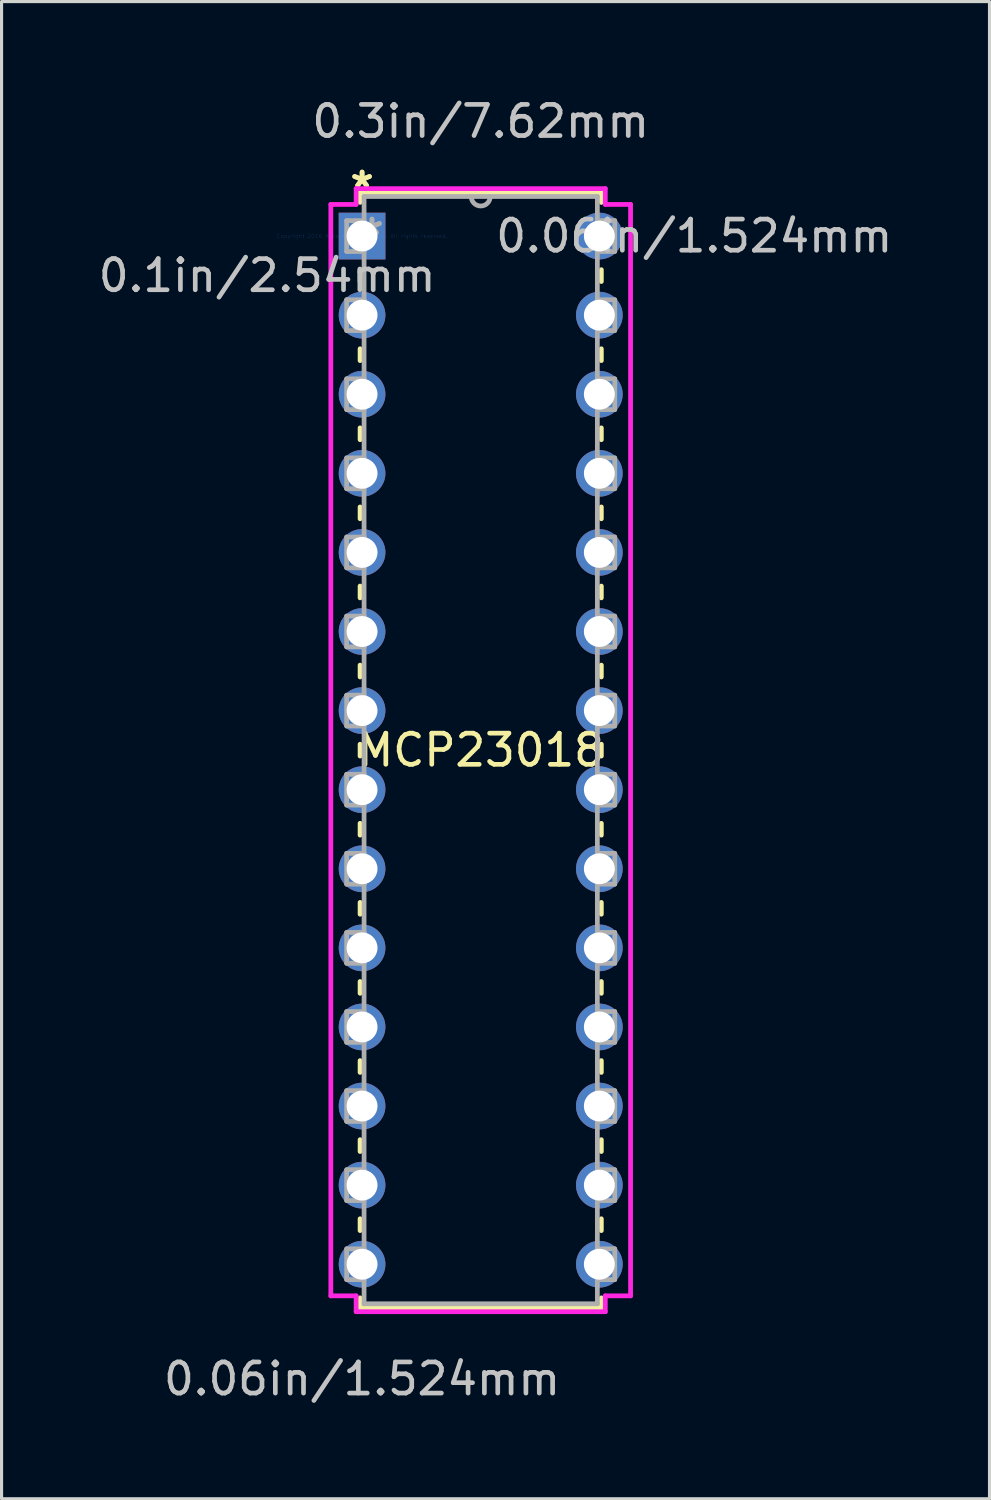
<source format=kicad_pcb>
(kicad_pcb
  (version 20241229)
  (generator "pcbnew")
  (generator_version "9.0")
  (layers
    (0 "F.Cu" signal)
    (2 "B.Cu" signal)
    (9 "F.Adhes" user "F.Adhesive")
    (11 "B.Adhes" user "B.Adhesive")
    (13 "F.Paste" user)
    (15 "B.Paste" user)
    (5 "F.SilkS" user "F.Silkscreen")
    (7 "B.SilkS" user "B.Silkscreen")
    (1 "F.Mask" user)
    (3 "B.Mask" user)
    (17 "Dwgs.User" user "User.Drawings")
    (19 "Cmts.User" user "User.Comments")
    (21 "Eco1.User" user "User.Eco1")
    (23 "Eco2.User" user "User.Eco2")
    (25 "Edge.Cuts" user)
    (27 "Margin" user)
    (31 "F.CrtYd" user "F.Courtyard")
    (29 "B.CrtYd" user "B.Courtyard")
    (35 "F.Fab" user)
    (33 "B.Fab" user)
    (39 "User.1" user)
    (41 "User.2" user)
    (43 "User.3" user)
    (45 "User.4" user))
  (footprint "MCP23018"
    (layer "F.Cu")
    (at 8.578 4.531)
    (property "Reference" "MCP23018" (at 3.81 16.51 0) (layer "F.SilkS") (effects (font (size 1 1) (thickness 0.15))))
    (attr through_hole)
    (fp_line (start -0.064 -1.397) (end -0.064 -1.082) (stroke (width 0.152) (type solid)) (layer "F.SilkS"))
    (fp_line (start -0.064 1.082) (end -0.064 1.46) (stroke (width 0.152) (type solid)) (layer "F.SilkS"))
    (fp_line (start -0.064 3.62) (end -0.064 4) (stroke (width 0.152) (type solid)) (layer "F.SilkS"))
    (fp_line (start -0.064 6.16) (end -0.064 6.54) (stroke (width 0.152) (type solid)) (layer "F.SilkS"))
    (fp_line (start -0.064 8.7) (end -0.064 9.08) (stroke (width 0.152) (type solid)) (layer "F.SilkS"))
    (fp_line (start -0.064 11.24) (end -0.064 11.62) (stroke (width 0.152) (type solid)) (layer "F.SilkS"))
    (fp_line (start -0.064 13.78) (end -0.064 14.16) (stroke (width 0.152) (type solid)) (layer "F.SilkS"))
    (fp_line (start -0.064 16.32) (end -0.064 16.7) (stroke (width 0.152) (type solid)) (layer "F.SilkS"))
    (fp_line (start -0.064 18.86) (end -0.064 19.24) (stroke (width 0.152) (type solid)) (layer "F.SilkS"))
    (fp_line (start -0.064 21.4) (end -0.064 21.78) (stroke (width 0.152) (type solid)) (layer "F.SilkS"))
    (fp_line (start -0.064 23.94) (end -0.064 24.32) (stroke (width 0.152) (type solid)) (layer "F.SilkS"))
    (fp_line (start -0.064 26.48) (end -0.064 26.86) (stroke (width 0.152) (type solid)) (layer "F.SilkS"))
    (fp_line (start -0.064 29.02) (end -0.064 29.4) (stroke (width 0.152) (type solid)) (layer "F.SilkS"))
    (fp_line (start -0.064 31.56) (end -0.064 31.94) (stroke (width 0.152) (type solid)) (layer "F.SilkS"))
    (fp_line (start -0.064 34.1) (end -0.064 34.417) (stroke (width 0.152) (type solid)) (layer "F.SilkS"))
    (fp_line (start -0.064 34.417) (end 7.684 34.417) (stroke (width 0.152) (type solid)) (layer "F.SilkS"))
    (fp_line (start 7.684 -1.397) (end -0.064 -1.397) (stroke (width 0.152) (type solid)) (layer "F.SilkS"))
    (fp_line (start 7.684 -1.08) (end 7.684 -1.397) (stroke (width 0.152) (type solid)) (layer "F.SilkS"))
    (fp_line (start 7.684 1.46) (end 7.684 1.08) (stroke (width 0.152) (type solid)) (layer "F.SilkS"))
    (fp_line (start 7.684 4) (end 7.684 3.62) (stroke (width 0.152) (type solid)) (layer "F.SilkS"))
    (fp_line (start 7.684 6.54) (end 7.684 6.16) (stroke (width 0.152) (type solid)) (layer "F.SilkS"))
    (fp_line (start 7.684 9.08) (end 7.684 8.7) (stroke (width 0.152) (type solid)) (layer "F.SilkS"))
    (fp_line (start 7.684 11.62) (end 7.684 11.24) (stroke (width 0.152) (type solid)) (layer "F.SilkS"))
    (fp_line (start 7.684 14.16) (end 7.684 13.78) (stroke (width 0.152) (type solid)) (layer "F.SilkS"))
    (fp_line (start 7.684 16.7) (end 7.684 16.32) (stroke (width 0.152) (type solid)) (layer "F.SilkS"))
    (fp_line (start 7.684 19.24) (end 7.684 18.86) (stroke (width 0.152) (type solid)) (layer "F.SilkS"))
    (fp_line (start 7.684 21.78) (end 7.684 21.4) (stroke (width 0.152) (type solid)) (layer "F.SilkS"))
    (fp_line (start 7.684 24.32) (end 7.684 23.94) (stroke (width 0.152) (type solid)) (layer "F.SilkS"))
    (fp_line (start 7.684 26.86) (end 7.684 26.48) (stroke (width 0.152) (type solid)) (layer "F.SilkS"))
    (fp_line (start 7.684 29.4) (end 7.684 29.02) (stroke (width 0.152) (type solid)) (layer "F.SilkS"))
    (fp_line (start 7.684 31.94) (end 7.684 31.56) (stroke (width 0.152) (type solid)) (layer "F.SilkS"))
    (fp_line (start 7.684 34.417) (end 7.684 34.1) (stroke (width 0.152) (type solid)) (layer "F.SilkS"))
    (fp_line (start -1.003 -1.016) (end -1.003 34.036) (stroke (width 0.152) (type solid)) (layer "F.CrtYd"))
    (fp_line (start -1.003 34.036) (end -0.191 34.036) (stroke (width 0.152) (type solid)) (layer "F.CrtYd"))
    (fp_line (start -0.191 -1.524) (end -0.191 -1.016) (stroke (width 0.152) (type solid)) (layer "F.CrtYd"))
    (fp_line (start -0.191 -1.016) (end -1.003 -1.016) (stroke (width 0.152) (type solid)) (layer "F.CrtYd"))
    (fp_line (start -0.191 34.036) (end -0.191 34.544) (stroke (width 0.152) (type solid)) (layer "F.CrtYd"))
    (fp_line (start -0.191 34.544) (end 7.811 34.544) (stroke (width 0.152) (type solid)) (layer "F.CrtYd"))
    (fp_line (start 7.811 -1.524) (end -0.191 -1.524) (stroke (width 0.152) (type solid)) (layer "F.CrtYd"))
    (fp_line (start 7.811 -1.016) (end 7.811 -1.524) (stroke (width 0.152) (type solid)) (layer "F.CrtYd"))
    (fp_line (start 7.811 34.036) (end 8.623 34.036) (stroke (width 0.152) (type solid)) (layer "F.CrtYd"))
    (fp_line (start 7.811 34.544) (end 7.811 34.036) (stroke (width 0.152) (type solid)) (layer "F.CrtYd"))
    (fp_line (start 8.623 -1.016) (end 7.811 -1.016) (stroke (width 0.152) (type solid)) (layer "F.CrtYd"))
    (fp_line (start 8.623 34.036) (end 8.623 -1.016) (stroke (width 0.152) (type solid)) (layer "F.CrtYd"))
    (fp_line (start -0.495 -0.495) (end -0.495 0.495) (stroke (width 0.152) (type solid)) (layer "F.Fab"))
    (fp_line (start -0.495 0.495) (end 0.064 0.495) (stroke (width 0.152) (type solid)) (layer "F.Fab"))
    (fp_line (start -0.495 2.045) (end -0.495 3.035) (stroke (width 0.152) (type solid)) (layer "F.Fab"))
    (fp_line (start -0.495 3.035) (end 0.064 3.035) (stroke (width 0.152) (type solid)) (layer "F.Fab"))
    (fp_line (start -0.495 4.585) (end -0.495 5.575) (stroke (width 0.152) (type solid)) (layer "F.Fab"))
    (fp_line (start -0.495 5.575) (end 0.064 5.575) (stroke (width 0.152) (type solid)) (layer "F.Fab"))
    (fp_line (start -0.495 7.125) (end -0.495 8.115) (stroke (width 0.152) (type solid)) (layer "F.Fab"))
    (fp_line (start -0.495 8.115) (end 0.064 8.115) (stroke (width 0.152) (type solid)) (layer "F.Fab"))
    (fp_line (start -0.495 9.665) (end -0.495 10.655) (stroke (width 0.152) (type solid)) (layer "F.Fab"))
    (fp_line (start -0.495 10.655) (end 0.064 10.655) (stroke (width 0.152) (type solid)) (layer "F.Fab"))
    (fp_line (start -0.495 12.205) (end -0.495 13.195) (stroke (width 0.152) (type solid)) (layer "F.Fab"))
    (fp_line (start -0.495 13.195) (end 0.064 13.195) (stroke (width 0.152) (type solid)) (layer "F.Fab"))
    (fp_line (start -0.495 14.745) (end -0.495 15.735) (stroke (width 0.152) (type solid)) (layer "F.Fab"))
    (fp_line (start -0.495 15.735) (end 0.064 15.735) (stroke (width 0.152) (type solid)) (layer "F.Fab"))
    (fp_line (start -0.495 17.285) (end -0.495 18.275) (stroke (width 0.152) (type solid)) (layer "F.Fab"))
    (fp_line (start -0.495 18.275) (end 0.064 18.275) (stroke (width 0.152) (type solid)) (layer "F.Fab"))
    (fp_line (start -0.495 19.825) (end -0.495 20.815) (stroke (width 0.152) (type solid)) (layer "F.Fab"))
    (fp_line (start -0.495 20.815) (end 0.064 20.815) (stroke (width 0.152) (type solid)) (layer "F.Fab"))
    (fp_line (start -0.495 22.365) (end -0.495 23.355) (stroke (width 0.152) (type solid)) (layer "F.Fab"))
    (fp_line (start -0.495 23.355) (end 0.064 23.355) (stroke (width 0.152) (type solid)) (layer "F.Fab"))
    (fp_line (start -0.495 24.905) (end -0.495 25.895) (stroke (width 0.152) (type solid)) (layer "F.Fab"))
    (fp_line (start -0.495 25.895) (end 0.064 25.895) (stroke (width 0.152) (type solid)) (layer "F.Fab"))
    (fp_line (start -0.495 27.445) (end -0.495 28.435) (stroke (width 0.152) (type solid)) (layer "F.Fab"))
    (fp_line (start -0.495 28.435) (end 0.064 28.435) (stroke (width 0.152) (type solid)) (layer "F.Fab"))
    (fp_line (start -0.495 29.985) (end -0.495 30.975) (stroke (width 0.152) (type solid)) (layer "F.Fab"))
    (fp_line (start -0.495 30.975) (end 0.064 30.975) (stroke (width 0.152) (type solid)) (layer "F.Fab"))
    (fp_line (start -0.495 32.525) (end -0.495 33.515) (stroke (width 0.152) (type solid)) (layer "F.Fab"))
    (fp_line (start -0.495 33.515) (end 0.064 33.515) (stroke (width 0.152) (type solid)) (layer "F.Fab"))
    (fp_line (start 0.064 -1.27) (end 0.064 34.29) (stroke (width 0.152) (type solid)) (layer "F.Fab"))
    (fp_line (start 0.064 -0.495) (end -0.495 -0.495) (stroke (width 0.152) (type solid)) (layer "F.Fab"))
    (fp_line (start 0.064 0.495) (end 0.064 -0.495) (stroke (width 0.152) (type solid)) (layer "F.Fab"))
    (fp_line (start 0.064 2.045) (end -0.495 2.045) (stroke (width 0.152) (type solid)) (layer "F.Fab"))
    (fp_line (start 0.064 3.035) (end 0.064 2.045) (stroke (width 0.152) (type solid)) (layer "F.Fab"))
    (fp_line (start 0.064 4.585) (end -0.495 4.585) (stroke (width 0.152) (type solid)) (layer "F.Fab"))
    (fp_line (start 0.064 5.575) (end 0.064 4.585) (stroke (width 0.152) (type solid)) (layer "F.Fab"))
    (fp_line (start 0.064 7.125) (end -0.495 7.125) (stroke (width 0.152) (type solid)) (layer "F.Fab"))
    (fp_line (start 0.064 8.115) (end 0.064 7.125) (stroke (width 0.152) (type solid)) (layer "F.Fab"))
    (fp_line (start 0.064 9.665) (end -0.495 9.665) (stroke (width 0.152) (type solid)) (layer "F.Fab"))
    (fp_line (start 0.064 10.655) (end 0.064 9.665) (stroke (width 0.152) (type solid)) (layer "F.Fab"))
    (fp_line (start 0.064 12.205) (end -0.495 12.205) (stroke (width 0.152) (type solid)) (layer "F.Fab"))
    (fp_line (start 0.064 13.195) (end 0.064 12.205) (stroke (width 0.152) (type solid)) (layer "F.Fab"))
    (fp_line (start 0.064 14.745) (end -0.495 14.745) (stroke (width 0.152) (type solid)) (layer "F.Fab"))
    (fp_line (start 0.064 15.735) (end 0.064 14.745) (stroke (width 0.152) (type solid)) (layer "F.Fab"))
    (fp_line (start 0.064 17.285) (end -0.495 17.285) (stroke (width 0.152) (type solid)) (layer "F.Fab"))
    (fp_line (start 0.064 18.275) (end 0.064 17.285) (stroke (width 0.152) (type solid)) (layer "F.Fab"))
    (fp_line (start 0.064 19.825) (end -0.495 19.825) (stroke (width 0.152) (type solid)) (layer "F.Fab"))
    (fp_line (start 0.064 20.815) (end 0.064 19.825) (stroke (width 0.152) (type solid)) (layer "F.Fab"))
    (fp_line (start 0.064 22.365) (end -0.495 22.365) (stroke (width 0.152) (type solid)) (layer "F.Fab"))
    (fp_line (start 0.064 23.355) (end 0.064 22.365) (stroke (width 0.152) (type solid)) (layer "F.Fab"))
    (fp_line (start 0.064 24.905) (end -0.495 24.905) (stroke (width 0.152) (type solid)) (layer "F.Fab"))
    (fp_line (start 0.064 25.895) (end 0.064 24.905) (stroke (width 0.152) (type solid)) (layer "F.Fab"))
    (fp_line (start 0.064 27.445) (end -0.495 27.445) (stroke (width 0.152) (type solid)) (layer "F.Fab"))
    (fp_line (start 0.064 28.435) (end 0.064 27.445) (stroke (width 0.152) (type solid)) (layer "F.Fab"))
    (fp_line (start 0.064 29.985) (end -0.495 29.985) (stroke (width 0.152) (type solid)) (layer "F.Fab"))
    (fp_line (start 0.064 30.975) (end 0.064 29.985) (stroke (width 0.152) (type solid)) (layer "F.Fab"))
    (fp_line (start 0.064 32.525) (end -0.495 32.525) (stroke (width 0.152) (type solid)) (layer "F.Fab"))
    (fp_line (start 0.064 33.515) (end 0.064 32.525) (stroke (width 0.152) (type solid)) (layer "F.Fab"))
    (fp_line (start 0.064 34.29) (end 7.556 34.29) (stroke (width 0.152) (type solid)) (layer "F.Fab"))
    (fp_line (start 7.556 -1.27) (end 0.064 -1.27) (stroke (width 0.152) (type solid)) (layer "F.Fab"))
    (fp_line (start 7.556 -0.495) (end 7.556 0.495) (stroke (width 0.152) (type solid)) (layer "F.Fab"))
    (fp_line (start 7.556 0.495) (end 8.115 0.495) (stroke (width 0.152) (type solid)) (layer "F.Fab"))
    (fp_line (start 7.556 2.045) (end 7.556 3.035) (stroke (width 0.152) (type solid)) (layer "F.Fab"))
    (fp_line (start 7.556 3.035) (end 8.115 3.035) (stroke (width 0.152) (type solid)) (layer "F.Fab"))
    (fp_line (start 7.556 4.585) (end 7.556 5.575) (stroke (width 0.152) (type solid)) (layer "F.Fab"))
    (fp_line (start 7.556 5.575) (end 8.115 5.575) (stroke (width 0.152) (type solid)) (layer "F.Fab"))
    (fp_line (start 7.556 7.125) (end 7.556 8.115) (stroke (width 0.152) (type solid)) (layer "F.Fab"))
    (fp_line (start 7.556 8.115) (end 8.115 8.115) (stroke (width 0.152) (type solid)) (layer "F.Fab"))
    (fp_line (start 7.556 9.665) (end 7.556 10.655) (stroke (width 0.152) (type solid)) (layer "F.Fab"))
    (fp_line (start 7.556 10.655) (end 8.115 10.655) (stroke (width 0.152) (type solid)) (layer "F.Fab"))
    (fp_line (start 7.556 12.205) (end 7.556 13.195) (stroke (width 0.152) (type solid)) (layer "F.Fab"))
    (fp_line (start 7.556 13.195) (end 8.115 13.195) (stroke (width 0.152) (type solid)) (layer "F.Fab"))
    (fp_line (start 7.556 14.745) (end 7.556 15.735) (stroke (width 0.152) (type solid)) (layer "F.Fab"))
    (fp_line (start 7.556 15.735) (end 8.115 15.735) (stroke (width 0.152) (type solid)) (layer "F.Fab"))
    (fp_line (start 7.556 17.285) (end 7.556 18.275) (stroke (width 0.152) (type solid)) (layer "F.Fab"))
    (fp_line (start 7.556 18.275) (end 8.115 18.275) (stroke (width 0.152) (type solid)) (layer "F.Fab"))
    (fp_line (start 7.556 19.825) (end 7.556 20.815) (stroke (width 0.152) (type solid)) (layer "F.Fab"))
    (fp_line (start 7.556 20.815) (end 8.115 20.815) (stroke (width 0.152) (type solid)) (layer "F.Fab"))
    (fp_line (start 7.556 22.365) (end 7.556 23.355) (stroke (width 0.152) (type solid)) (layer "F.Fab"))
    (fp_line (start 7.556 23.355) (end 8.115 23.355) (stroke (width 0.152) (type solid)) (layer "F.Fab"))
    (fp_line (start 7.556 24.905) (end 7.556 25.895) (stroke (width 0.152) (type solid)) (layer "F.Fab"))
    (fp_line (start 7.556 25.895) (end 8.115 25.895) (stroke (width 0.152) (type solid)) (layer "F.Fab"))
    (fp_line (start 7.556 27.445) (end 7.556 28.435) (stroke (width 0.152) (type solid)) (layer "F.Fab"))
    (fp_line (start 7.556 28.435) (end 8.115 28.435) (stroke (width 0.152) (type solid)) (layer "F.Fab"))
    (fp_line (start 7.556 29.985) (end 7.556 30.975) (stroke (width 0.152) (type solid)) (layer "F.Fab"))
    (fp_line (start 7.556 30.975) (end 8.115 30.975) (stroke (width 0.152) (type solid)) (layer "F.Fab"))
    (fp_line (start 7.556 32.525) (end 7.556 33.515) (stroke (width 0.152) (type solid)) (layer "F.Fab"))
    (fp_line (start 7.556 33.515) (end 8.115 33.515) (stroke (width 0.152) (type solid)) (layer "F.Fab"))
    (fp_line (start 7.556 34.29) (end 7.556 -1.27) (stroke (width 0.152) (type solid)) (layer "F.Fab"))
    (fp_line (start 8.115 -0.495) (end 7.556 -0.495) (stroke (width 0.152) (type solid)) (layer "F.Fab"))
    (fp_line (start 8.115 0.495) (end 8.115 -0.495) (stroke (width 0.152) (type solid)) (layer "F.Fab"))
    (fp_line (start 8.115 2.045) (end 7.556 2.045) (stroke (width 0.152) (type solid)) (layer "F.Fab"))
    (fp_line (start 8.115 3.035) (end 8.115 2.045) (stroke (width 0.152) (type solid)) (layer "F.Fab"))
    (fp_line (start 8.115 4.585) (end 7.556 4.585) (stroke (width 0.152) (type solid)) (layer "F.Fab"))
    (fp_line (start 8.115 5.575) (end 8.115 4.585) (stroke (width 0.152) (type solid)) (layer "F.Fab"))
    (fp_line (start 8.115 7.125) (end 7.556 7.125) (stroke (width 0.152) (type solid)) (layer "F.Fab"))
    (fp_line (start 8.115 8.115) (end 8.115 7.125) (stroke (width 0.152) (type solid)) (layer "F.Fab"))
    (fp_line (start 8.115 9.665) (end 7.556 9.665) (stroke (width 0.152) (type solid)) (layer "F.Fab"))
    (fp_line (start 8.115 10.655) (end 8.115 9.665) (stroke (width 0.152) (type solid)) (layer "F.Fab"))
    (fp_line (start 8.115 12.205) (end 7.556 12.205) (stroke (width 0.152) (type solid)) (layer "F.Fab"))
    (fp_line (start 8.115 13.195) (end 8.115 12.205) (stroke (width 0.152) (type solid)) (layer "F.Fab"))
    (fp_line (start 8.115 14.745) (end 7.556 14.745) (stroke (width 0.152) (type solid)) (layer "F.Fab"))
    (fp_line (start 8.115 15.735) (end 8.115 14.745) (stroke (width 0.152) (type solid)) (layer "F.Fab"))
    (fp_line (start 8.115 17.285) (end 7.556 17.285) (stroke (width 0.152) (type solid)) (layer "F.Fab"))
    (fp_line (start 8.115 18.275) (end 8.115 17.285) (stroke (width 0.152) (type solid)) (layer "F.Fab"))
    (fp_line (start 8.115 19.825) (end 7.556 19.825) (stroke (width 0.152) (type solid)) (layer "F.Fab"))
    (fp_line (start 8.115 20.815) (end 8.115 19.825) (stroke (width 0.152) (type solid)) (layer "F.Fab"))
    (fp_line (start 8.115 22.365) (end 7.556 22.365) (stroke (width 0.152) (type solid)) (layer "F.Fab"))
    (fp_line (start 8.115 23.355) (end 8.115 22.365) (stroke (width 0.152) (type solid)) (layer "F.Fab"))
    (fp_line (start 8.115 24.905) (end 7.556 24.905) (stroke (width 0.152) (type solid)) (layer "F.Fab"))
    (fp_line (start 8.115 25.895) (end 8.115 24.905) (stroke (width 0.152) (type solid)) (layer "F.Fab"))
    (fp_line (start 8.115 27.445) (end 7.556 27.445) (stroke (width 0.152) (type solid)) (layer "F.Fab"))
    (fp_line (start 8.115 28.435) (end 8.115 27.445) (stroke (width 0.152) (type solid)) (layer "F.Fab"))
    (fp_line (start 8.115 29.985) (end 7.556 29.985) (stroke (width 0.152) (type solid)) (layer "F.Fab"))
    (fp_line (start 8.115 30.975) (end 8.115 29.985) (stroke (width 0.152) (type solid)) (layer "F.Fab"))
    (fp_line (start 8.115 32.525) (end 7.556 32.525) (stroke (width 0.152) (type solid)) (layer "F.Fab"))
    (fp_line (start 8.115 33.515) (end 8.115 32.525) (stroke (width 0.152) (type solid)) (layer "F.Fab"))
    (fp_arc (start 4.1148 -1.27) (mid 3.81 -0.9652) (end 3.5052 -1.27) (stroke (width 0.1524) (type solid)) (layer "F.Fab"))
    (fp_text user "*" (at 0 -1.511 0) (layer "F.SilkS") (effects (font (size 1 1) (thickness 0.15))))
    (fp_text user "*" (at 0 -1.511 0) (layer "F.SilkS") (effects (font (size 1 1) (thickness 0.15))))
    (fp_text user "0.06in/1.524mm" (at 0 36.703 0) (layer "Dwgs.User") (effects (font (size 1 1) (thickness 0.15))))
    (fp_text user "0.3in/7.62mm" (at 3.81 -3.683 0) (layer "Dwgs.User") (effects (font (size 1 1) (thickness 0.15))))
    (fp_text user "0.06in/1.524mm" (at 10.668 0 0) (layer "Dwgs.User") (effects (font (size 1 1) (thickness 0.15))))
    (fp_text user "0.1in/2.54mm" (at -3.048 1.27 0) (layer "Dwgs.User") (effects (font (size 1 1) (thickness 0.15))))
    (fp_text user "Copyright 2016 Accelerated Designs. All rights reserved." (at 0 0 0) (layer "Cmts.User") (effects (font (size 0.127 0.127) (thickness 0.002))))
    (fp_text user "*" (at 0.318 0 0) (layer "F.Fab") (effects (font (size 1 1) (thickness 0.15))))
    (fp_text user "*" (at 0.318 0 0) (layer "F.Fab") (effects (font (size 1 1) (thickness 0.15))))
    (pad "1" thru_hole rect (at 0 0) (size 1.499 1.499) (drill 0.991) (layers "*.Cu" "*.Mask"))
    (pad "2" thru_hole circle (at 0 2.54) (size 1.499 1.499) (drill 0.991) (layers "*.Cu" "*.Mask"))
    (pad "3" thru_hole circle (at 0 5.08) (size 1.499 1.499) (drill 0.991) (layers "*.Cu" "*.Mask"))
    (pad "4" thru_hole circle (at 0 7.62) (size 1.499 1.499) (drill 0.991) (layers "*.Cu" "*.Mask"))
    (pad "5" thru_hole circle (at 0 10.16) (size 1.499 1.499) (drill 0.991) (layers "*.Cu" "*.Mask"))
    (pad "6" thru_hole circle (at 0 12.7) (size 1.499 1.499) (drill 0.991) (layers "*.Cu" "*.Mask"))
    (pad "7" thru_hole circle (at 0 15.24) (size 1.499 1.499) (drill 0.991) (layers "*.Cu" "*.Mask"))
    (pad "8" thru_hole circle (at 0 17.78) (size 1.499 1.499) (drill 0.991) (layers "*.Cu" "*.Mask"))
    (pad "9" thru_hole circle (at 0 20.32) (size 1.499 1.499) (drill 0.991) (layers "*.Cu" "*.Mask"))
    (pad "10" thru_hole circle (at 0 22.86) (size 1.499 1.499) (drill 0.991) (layers "*.Cu" "*.Mask"))
    (pad "11" thru_hole circle (at 0 25.4) (size 1.499 1.499) (drill 0.991) (layers "*.Cu" "*.Mask"))
    (pad "12" thru_hole circle (at 0 27.94) (size 1.499 1.499) (drill 0.991) (layers "*.Cu" "*.Mask"))
    (pad "13" thru_hole circle (at 0 30.48) (size 1.499 1.499) (drill 0.991) (layers "*.Cu" "*.Mask"))
    (pad "14" thru_hole circle (at 0 33.02) (size 1.499 1.499) (drill 0.991) (layers "*.Cu" "*.Mask"))
    (pad "15" thru_hole circle (at 7.62 33.02) (size 1.499 1.499) (drill 0.991) (layers "*.Cu" "*.Mask"))
    (pad "16" thru_hole circle (at 7.62 30.48) (size 1.499 1.499) (drill 0.991) (layers "*.Cu" "*.Mask"))
    (pad "17" thru_hole circle (at 7.62 27.94) (size 1.499 1.499) (drill 0.991) (layers "*.Cu" "*.Mask"))
    (pad "18" thru_hole circle (at 7.62 25.4) (size 1.499 1.499) (drill 0.991) (layers "*.Cu" "*.Mask"))
    (pad "19" thru_hole circle (at 7.62 22.86) (size 1.499 1.499) (drill 0.991) (layers "*.Cu" "*.Mask"))
    (pad "20" thru_hole circle (at 7.62 20.32) (size 1.499 1.499) (drill 0.991) (layers "*.Cu" "*.Mask"))
    (pad "21" thru_hole circle (at 7.62 17.78) (size 1.499 1.499) (drill 0.991) (layers "*.Cu" "*.Mask"))
    (pad "22" thru_hole circle (at 7.62 15.24) (size 1.499 1.499) (drill 0.991) (layers "*.Cu" "*.Mask"))
    (pad "23" thru_hole circle (at 7.62 12.7) (size 1.499 1.499) (drill 0.991) (layers "*.Cu" "*.Mask"))
    (pad "24" thru_hole circle (at 7.62 10.16) (size 1.499 1.499) (drill 0.991) (layers "*.Cu" "*.Mask"))
    (pad "25" thru_hole circle (at 7.62 7.62) (size 1.499 1.499) (drill 0.991) (layers "*.Cu" "*.Mask"))
    (pad "26" thru_hole circle (at 7.62 5.08) (size 1.499 1.499) (drill 0.991) (layers "*.Cu" "*.Mask"))
    (pad "27" thru_hole circle (at 7.62 2.54) (size 1.499 1.499) (drill 0.991) (layers "*.Cu" "*.Mask"))
    (pad "28" thru_hole circle (at 7.62 0) (size 1.499 1.499) (drill 0.991) (layers "*.Cu" "*.Mask")))
  (gr_rect
    (start -3 -3)
    (end 28.728 45.083)
    (stroke (width 0.1) (type default))
    (fill no)
    (layer "Edge.Cuts")))
</source>
